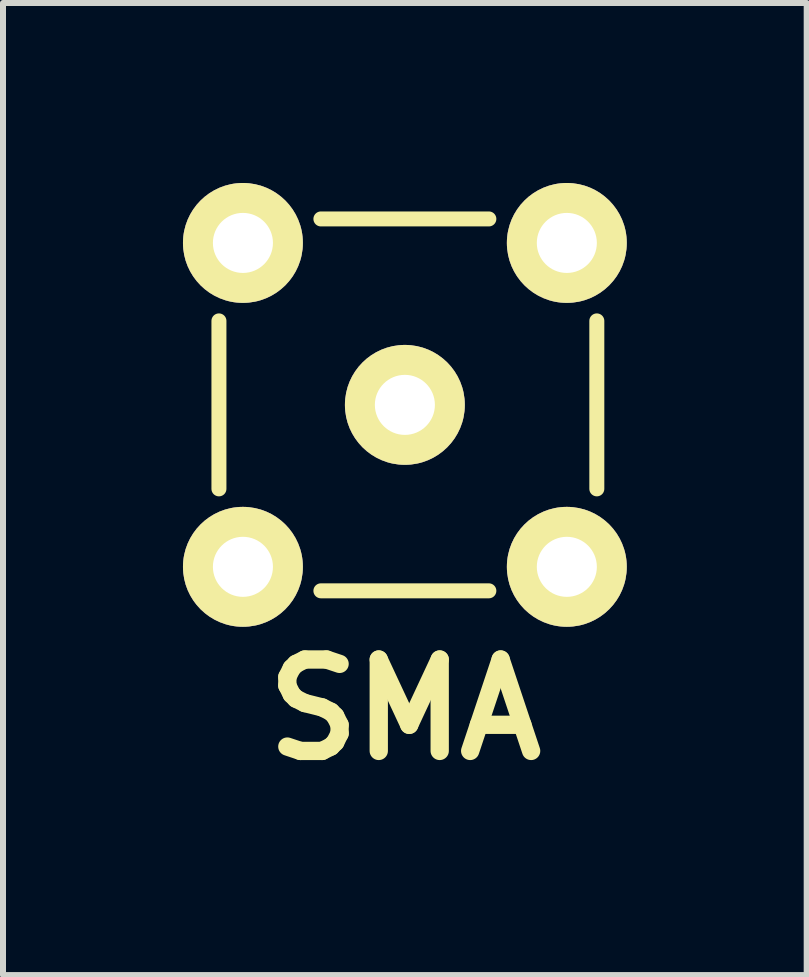
<source format=kicad_pcb>
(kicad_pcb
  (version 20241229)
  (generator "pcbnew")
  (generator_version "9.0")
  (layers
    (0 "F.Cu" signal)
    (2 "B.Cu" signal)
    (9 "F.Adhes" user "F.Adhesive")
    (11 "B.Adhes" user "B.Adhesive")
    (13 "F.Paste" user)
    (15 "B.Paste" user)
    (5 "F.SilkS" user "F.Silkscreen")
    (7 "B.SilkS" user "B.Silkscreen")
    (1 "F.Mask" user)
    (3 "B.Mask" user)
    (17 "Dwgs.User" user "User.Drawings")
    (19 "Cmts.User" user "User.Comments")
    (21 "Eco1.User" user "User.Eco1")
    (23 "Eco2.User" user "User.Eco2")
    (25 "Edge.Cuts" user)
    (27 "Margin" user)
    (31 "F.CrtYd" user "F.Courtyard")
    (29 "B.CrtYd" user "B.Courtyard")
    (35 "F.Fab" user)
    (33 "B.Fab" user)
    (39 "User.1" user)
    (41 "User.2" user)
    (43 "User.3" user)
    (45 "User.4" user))
  (footprint "SMA"
    (layer "F.Cu")
    (at 3.7 3.7)
    (property "Reference" "SMA" (at 0 5.08 0) (layer "F.SilkS") (effects (font (size 1.524 1.524) (thickness 0.305))))
    (attr through_hole)
    (fp_line (start -3.1 -1.4) (end -3.1 1.4) (stroke (width 0.25) (type solid)) (layer "F.SilkS"))
    (fp_line (start -1.4 -3.1) (end 1.4 -3.1) (stroke (width 0.25) (type solid)) (layer "F.SilkS"))
    (fp_line (start 1.4 3.1) (end -1.4 3.1) (stroke (width 0.25) (type solid)) (layer "F.SilkS"))
    (fp_line (start 3.2 1.4) (end 3.2 -1.4) (stroke (width 0.25) (type solid)) (layer "F.SilkS"))
    (pad "1" thru_hole circle (at 0 0) (size 1.999 1.999) (drill 1.001) (layers "*.Cu" "*.Mask" "F.SilkS"))
    (pad "2" thru_hole circle (at -2.7 -2.7) (size 1.999 1.999) (drill 1.001) (layers "*.Cu" "*.Mask" "F.SilkS"))
    (pad "3" thru_hole circle (at 2.7 -2.7) (size 1.999 1.999) (drill 1.001) (layers "*.Cu" "*.Mask" "F.SilkS"))
    (pad "4" thru_hole circle (at 2.7 2.7) (size 1.999 1.999) (drill 1.001) (layers "*.Cu" "*.Mask" "F.SilkS"))
    (pad "5" thru_hole circle (at -2.7 2.7) (size 1.999 1.999) (drill 1.001) (layers "*.Cu" "*.Mask" "F.SilkS")))
  (gr_rect
    (start -3 -3)
    (end 10.399 13.206)
    (stroke (width 0.1) (type default))
    (fill no)
    (layer "Edge.Cuts")))
</source>
